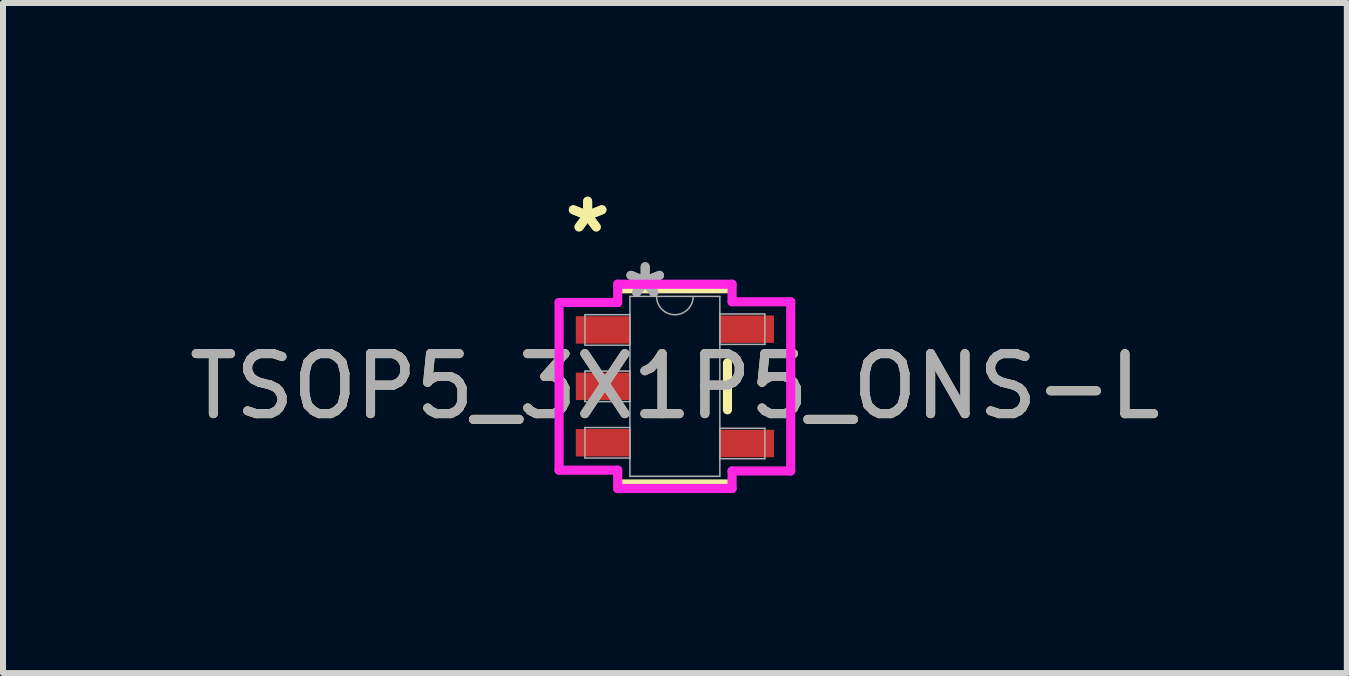
<source format=kicad_pcb>
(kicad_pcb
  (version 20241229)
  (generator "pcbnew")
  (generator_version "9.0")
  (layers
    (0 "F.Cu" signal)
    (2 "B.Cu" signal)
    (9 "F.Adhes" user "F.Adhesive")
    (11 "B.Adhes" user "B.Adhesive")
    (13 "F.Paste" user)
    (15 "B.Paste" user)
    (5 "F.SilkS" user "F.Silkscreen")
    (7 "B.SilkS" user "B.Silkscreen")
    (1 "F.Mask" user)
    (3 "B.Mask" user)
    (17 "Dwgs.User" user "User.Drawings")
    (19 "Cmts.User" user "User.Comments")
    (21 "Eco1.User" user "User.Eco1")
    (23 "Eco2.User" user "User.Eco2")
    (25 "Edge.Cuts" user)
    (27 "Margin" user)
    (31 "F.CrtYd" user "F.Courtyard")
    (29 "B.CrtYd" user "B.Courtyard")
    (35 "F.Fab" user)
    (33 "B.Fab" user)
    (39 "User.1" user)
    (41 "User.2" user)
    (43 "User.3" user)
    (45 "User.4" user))
  (footprint "TSOP5_3X1P5_ONS-L"
    (layer "F.Cu")
    (at 8.196 3.388)
    (property "Reference" "TSOP5_3X1P5_ONS-L" (at 0 0 0) (unlocked yes) (layer "F.SilkS") (effects (font (size 1 1) (thickness 0.15))))
    (attr smd)
    (fp_line (start -0.876 1.626) (end 0.876 1.626) (stroke (width 0.152) (type solid)) (layer "F.SilkS"))
    (fp_line (start 0.876 -1.626) (end -0.876 -1.626) (stroke (width 0.152) (type solid)) (layer "F.SilkS"))
    (fp_line (start 0.876 0.391) (end 0.876 -0.391) (stroke (width 0.152) (type solid)) (layer "F.SilkS"))
    (fp_line (start -1.93 -1.397) (end -0.953 -1.397) (stroke (width 0.152) (type solid)) (layer "F.CrtYd"))
    (fp_line (start -1.93 1.397) (end -1.93 -1.397) (stroke (width 0.152) (type solid)) (layer "F.CrtYd"))
    (fp_line (start -0.953 -1.702) (end 0.953 -1.702) (stroke (width 0.152) (type solid)) (layer "F.CrtYd"))
    (fp_line (start -0.953 -1.397) (end -0.953 -1.702) (stroke (width 0.152) (type solid)) (layer "F.CrtYd"))
    (fp_line (start -0.953 1.397) (end -1.93 1.397) (stroke (width 0.152) (type solid)) (layer "F.CrtYd"))
    (fp_line (start -0.953 1.702) (end -0.953 1.397) (stroke (width 0.152) (type solid)) (layer "F.CrtYd"))
    (fp_line (start 0.953 -1.702) (end 0.953 -1.41) (stroke (width 0.152) (type solid)) (layer "F.CrtYd"))
    (fp_line (start 0.953 -1.41) (end 1.93 -1.41) (stroke (width 0.152) (type solid)) (layer "F.CrtYd"))
    (fp_line (start 0.953 1.41) (end 0.953 1.702) (stroke (width 0.152) (type solid)) (layer "F.CrtYd"))
    (fp_line (start 0.953 1.702) (end -0.953 1.702) (stroke (width 0.152) (type solid)) (layer "F.CrtYd"))
    (fp_line (start 1.93 -1.41) (end 1.93 1.41) (stroke (width 0.152) (type solid)) (layer "F.CrtYd"))
    (fp_line (start 1.93 1.41) (end 0.953 1.41) (stroke (width 0.152) (type solid)) (layer "F.CrtYd"))
    (fp_line (start -1.499 -1.194) (end -1.499 -0.686) (stroke (width 0.025) (type solid)) (layer "F.Fab"))
    (fp_line (start -1.499 -0.686) (end -0.749 -0.686) (stroke (width 0.025) (type solid)) (layer "F.Fab"))
    (fp_line (start -1.499 -0.254) (end -1.499 0.254) (stroke (width 0.025) (type solid)) (layer "F.Fab"))
    (fp_line (start -1.499 0.254) (end -0.749 0.254) (stroke (width 0.025) (type solid)) (layer "F.Fab"))
    (fp_line (start -1.499 0.686) (end -1.499 1.194) (stroke (width 0.025) (type solid)) (layer "F.Fab"))
    (fp_line (start -1.499 1.194) (end -0.749 1.194) (stroke (width 0.025) (type solid)) (layer "F.Fab"))
    (fp_line (start -0.749 -1.499) (end -0.749 1.499) (stroke (width 0.025) (type solid)) (layer "F.Fab"))
    (fp_line (start -0.749 -1.194) (end -1.499 -1.194) (stroke (width 0.025) (type solid)) (layer "F.Fab"))
    (fp_line (start -0.749 -0.686) (end -0.749 -1.194) (stroke (width 0.025) (type solid)) (layer "F.Fab"))
    (fp_line (start -0.749 -0.254) (end -1.499 -0.254) (stroke (width 0.025) (type solid)) (layer "F.Fab"))
    (fp_line (start -0.749 0.254) (end -0.749 -0.254) (stroke (width 0.025) (type solid)) (layer "F.Fab"))
    (fp_line (start -0.749 0.686) (end -1.499 0.686) (stroke (width 0.025) (type solid)) (layer "F.Fab"))
    (fp_line (start -0.749 1.194) (end -0.749 0.686) (stroke (width 0.025) (type solid)) (layer "F.Fab"))
    (fp_line (start -0.749 1.499) (end 0.749 1.499) (stroke (width 0.025) (type solid)) (layer "F.Fab"))
    (fp_line (start 0.749 -1.499) (end -0.749 -1.499) (stroke (width 0.025) (type solid)) (layer "F.Fab"))
    (fp_line (start 0.749 -1.206) (end 0.749 -0.699) (stroke (width 0.025) (type solid)) (layer "F.Fab"))
    (fp_line (start 0.749 -0.699) (end 1.499 -0.699) (stroke (width 0.025) (type solid)) (layer "F.Fab"))
    (fp_line (start 0.749 0.699) (end 0.749 1.206) (stroke (width 0.025) (type solid)) (layer "F.Fab"))
    (fp_line (start 0.749 1.206) (end 1.499 1.206) (stroke (width 0.025) (type solid)) (layer "F.Fab"))
    (fp_line (start 0.749 1.499) (end 0.749 -1.499) (stroke (width 0.025) (type solid)) (layer "F.Fab"))
    (fp_line (start 1.499 -1.206) (end 0.749 -1.206) (stroke (width 0.025) (type solid)) (layer "F.Fab"))
    (fp_line (start 1.499 -0.699) (end 1.499 -1.206) (stroke (width 0.025) (type solid)) (layer "F.Fab"))
    (fp_line (start 1.499 0.699) (end 0.749 0.699) (stroke (width 0.025) (type solid)) (layer "F.Fab"))
    (fp_line (start 1.499 1.206) (end 1.499 0.699) (stroke (width 0.025) (type solid)) (layer "F.Fab"))
    (fp_arc (start 0.3048 -1.4986) (mid 0 -1.1938) (end -0.3048 -1.4986) (stroke (width 0.0254) (type solid)) (layer "F.Fab"))
    (fp_text user "*" (at -1.454 -2.54 0) (layer "F.SilkS") (effects (font (size 1 1) (thickness 0.15))))
    (fp_text user "*" (at -1.454 -2.54 0) (unlocked yes) (layer "F.SilkS") (effects (font (size 1 1) (thickness 0.15))))
    (fp_text user "${REFERENCE}" (at 0 0 0) (unlocked yes) (layer "F.Fab") (effects (font (size 1 1) (thickness 0.15))))
    (fp_text user "*" (at -0.495 -1.448 0) (layer "F.Fab") (effects (font (size 1 1) (thickness 0.15))))
    (fp_text user "*" (at -0.495 -1.448 0) (unlocked yes) (layer "F.Fab") (effects (font (size 1 1) (thickness 0.15))))
    (pad "1" smd rect (at -1.2 -0.94) (size 0.902 0.457) (layers "F.Cu" "F.Mask" "F.Paste"))
    (pad "2" smd rect (at -1.2 0) (size 0.902 0.457) (layers "F.Cu" "F.Mask" "F.Paste"))
    (pad "3" smd rect (at -1.2 0.94) (size 0.902 0.457) (layers "F.Cu" "F.Mask" "F.Paste"))
    (pad "4" smd rect (at 1.2 0.953) (size 0.902 0.457) (layers "F.Cu" "F.Mask" "F.Paste"))
    (pad "5" smd rect (at 1.2 -0.953) (size 0.902 0.457) (layers "F.Cu" "F.Mask" "F.Paste")))
  (gr_rect
    (start -3 -3)
    (end 19.393 8.166)
    (stroke (width 0.1) (type default))
    (fill no)
    (layer "Edge.Cuts")))
</source>
